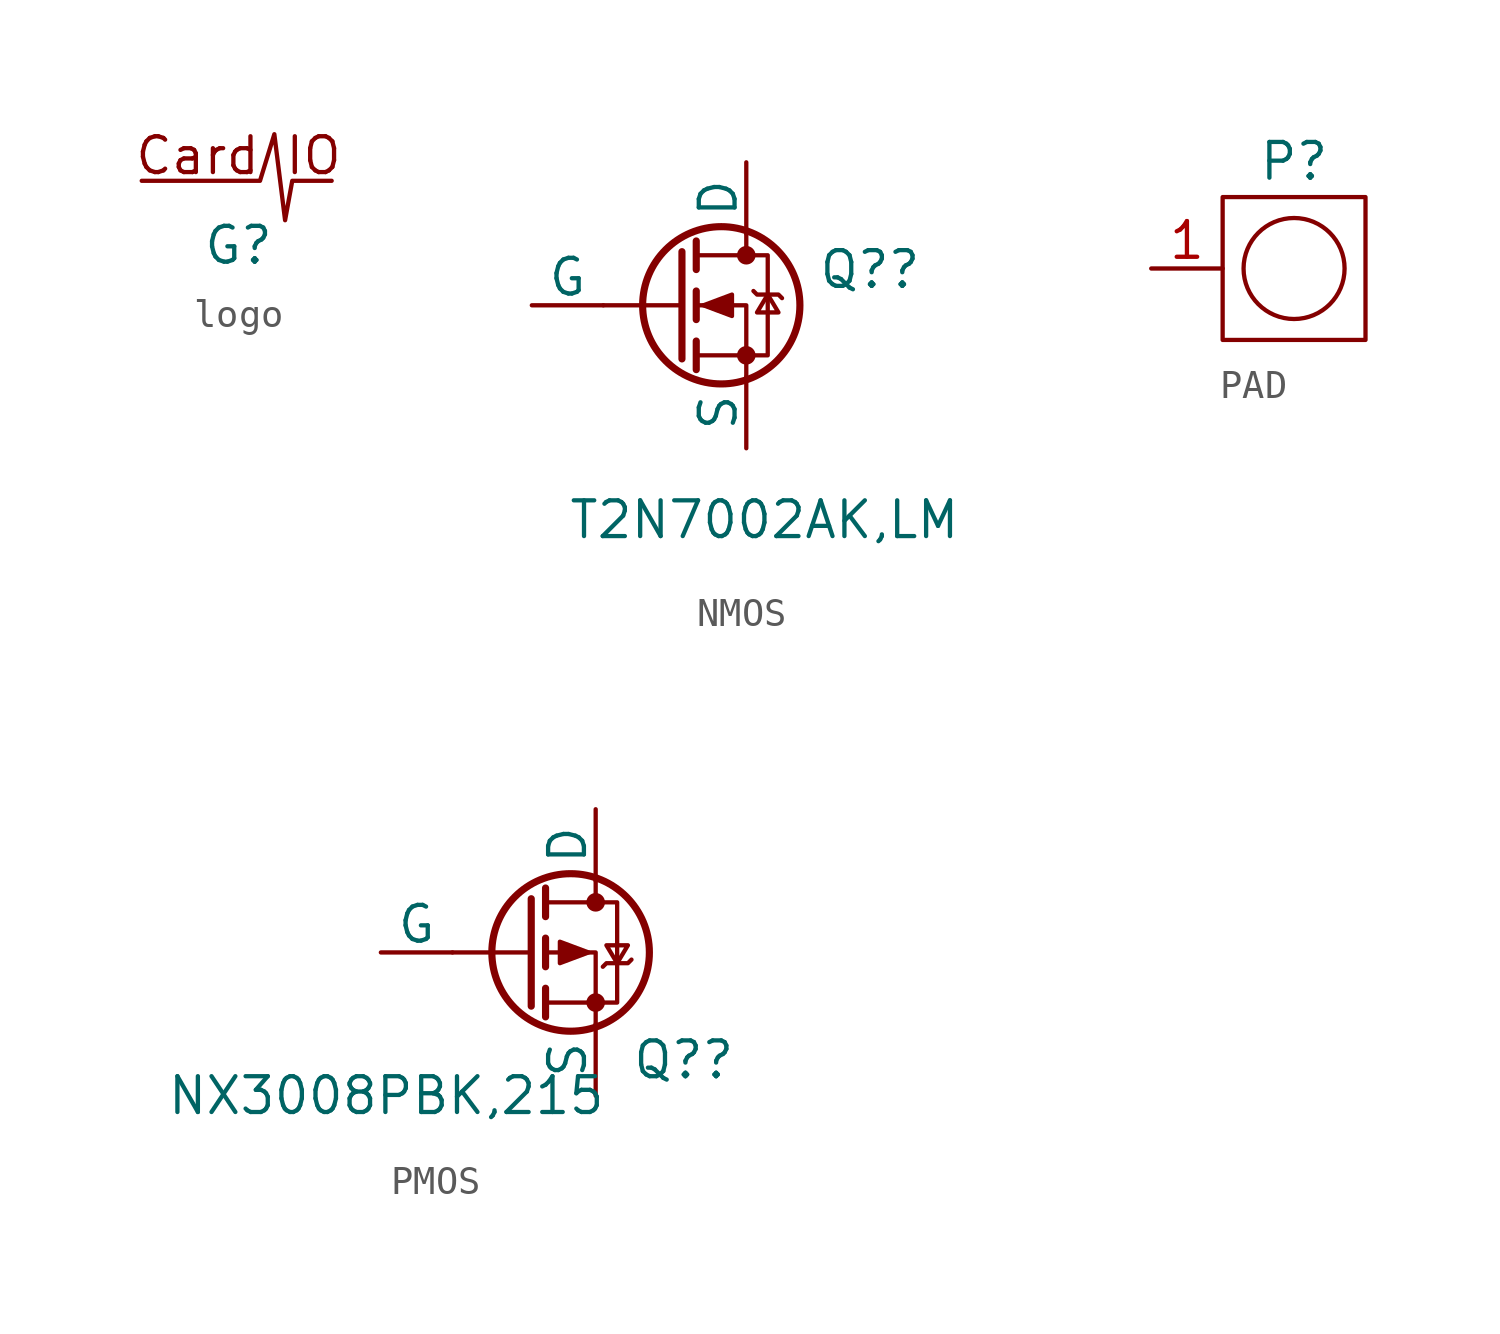
<source format=kicad_sym>
(kicad_symbol_lib
  (version 20220914)
  (generator kicad_symbol_editor)
  (symbol "logo"
    (property "Reference" "G"
      (at 0 -2.54 0)
      (effects (font (size 1.27 1.27))))
    (property "Value" ""
      (at 0 0 0)
      (effects (font (size 1.27 1.27))))
    (symbol "logo_1_1"
      (polyline (pts (xy -3.429 -0.254) (xy 0.762 -0.254) (xy 1.27 1.397) (xy 1.651 -1.651) (xy 1.905 -0.254) (xy 3.302 -0.254)) (stroke (width 0) (type default)) (fill (type none)))
      (text "Card IO" (at 0 0.635 0) (effects (font (size 1.27 1.27))))))
  (symbol "NMOS"
    (pin_numbers hide)
    (pin_names
      (offset 0))
    (property "Reference" "Q?"
      (at 5.08 1.27 0)
      (effects (font (size 1.27 1.27)) (justify left)))
    (property "Value" "T2N7002AK,LM"
      (at -3.81 -7.62 0)
      (effects (font (size 1.27 1.27)) (justify left)))
    (symbol "NMOS_0_1"
      (polyline (pts (xy 0.254 0) (xy -2.54 0)) (stroke (width 0) (type default)) (fill (type none)))
      (polyline (pts (xy 0.254 1.905) (xy 0.254 -1.905)) (stroke (width 0.254) (type default)) (fill (type none)))
      (polyline (pts (xy 0.762 -1.27) (xy 0.762 -2.286)) (stroke (width 0.254) (type default)) (fill (type none)))
      (polyline (pts (xy 0.762 0.508) (xy 0.762 -0.508)) (stroke (width 0.254) (type default)) (fill (type none)))
      (polyline (pts (xy 0.762 2.286) (xy 0.762 1.27)) (stroke (width 0.254) (type default)) (fill (type none)))
      (polyline (pts (xy 2.54 2.54) (xy 2.54 1.778)) (stroke (width 0) (type default)) (fill (type none)))
      (polyline (pts (xy 2.54 -2.54) (xy 2.54 0) (xy 0.762 0)) (stroke (width 0) (type default)) (fill (type none)))
      (polyline (pts (xy 0.762 -1.778) (xy 3.302 -1.778) (xy 3.302 1.778) (xy 0.762 1.778)) (stroke (width 0) (type default)) (fill (type none)))
      (polyline (pts (xy 1.016 0) (xy 2.032 0.381) (xy 2.032 -0.381) (xy 1.016 0)) (stroke (width 0) (type default)) (fill (type outline)))
      (polyline (pts (xy 2.794 0.508) (xy 2.921 0.381) (xy 3.683 0.381) (xy 3.81 0.254)) (stroke (width 0) (type default)) (fill (type none)))
      (polyline (pts (xy 3.302 0.381) (xy 2.921 -0.254) (xy 3.683 -0.254) (xy 3.302 0.381)) (stroke (width 0) (type default)) (fill (type none)))
      (circle (center 1.651 0) (radius 2.794) (stroke (width 0.254) (type default)) (fill (type none)))
      (circle (center 2.54 -1.778) (radius 0.254) (stroke (width 0) (type default)) (fill (type outline)))
      (circle (center 2.54 1.778) (radius 0.254) (stroke (width 0) (type default)) (fill (type outline))))
    (symbol "NMOS_1_1"
      (pin input line (at -5.08 0 0) (length 2.54) (name "G" (effects (font (size 1.27 1.27)))) (number "1" (effects (font (size 1.27 1.27)))))
      (pin passive line (at 2.54 -5.08 90) (length 2.54) (name "S" (effects (font (size 1.27 1.27)))) (number "2" (effects (font (size 1.27 1.27)))))
      (pin passive line (at 2.54 5.08 270) (length 2.54) (name "D" (effects (font (size 1.27 1.27)))) (number "3" (effects (font (size 1.27 1.27)))))))
  (symbol "PAD"
    (property "Reference" "P"
      (at 0 3.81 0)
      (do_not_autoplace)
      (effects (font (size 1.27 1.27))))
    (property "Value" ""
      (at -5.08 2.54 0)
      (effects (font (size 1.27 1.27))))
    (symbol "PAD_0_1"
      (rectangle (start -2.54 2.54) (end 2.54 -2.54) (stroke (width 0) (type default)) (fill (type none)))
      (circle (center 0 0) (radius 1.796) (stroke (width 0) (type default)) (fill (type none))))
    (symbol "PAD_1_1"
      (pin passive line (at -5.08 0 0) (length 2.54) (name "" (effects (font (size 1.27 1.27)))) (number "1" (effects (font (size 1.27 1.27)))))))
  (symbol "PMOS"
    (pin_numbers hide)
    (pin_names
      (offset 0))
    (property "Reference" "Q?"
      (at 3.81 -3.81 0)
      (effects (font (size 1.27 1.27)) (justify left)))
    (property "Value" "NX3008PBK,215"
      (at -12.7 -5.08 0)
      (effects (font (size 1.27 1.27)) (justify left)))
    (symbol "PMOS_0_1"
      (polyline (pts (xy 0.254 0) (xy -2.54 0)) (stroke (width 0) (type default)) (fill (type none)))
      (polyline (pts (xy 0.254 1.905) (xy 0.254 -1.905)) (stroke (width 0.254) (type default)) (fill (type none)))
      (polyline (pts (xy 0.762 -1.27) (xy 0.762 -2.286)) (stroke (width 0.254) (type default)) (fill (type none)))
      (polyline (pts (xy 0.762 0.508) (xy 0.762 -0.508)) (stroke (width 0.254) (type default)) (fill (type none)))
      (polyline (pts (xy 0.762 2.286) (xy 0.762 1.27)) (stroke (width 0.254) (type default)) (fill (type none)))
      (polyline (pts (xy 2.54 2.54) (xy 2.54 1.778)) (stroke (width 0) (type default)) (fill (type none)))
      (polyline (pts (xy 2.54 -2.54) (xy 2.54 0) (xy 0.762 0)) (stroke (width 0) (type default)) (fill (type none)))
      (polyline (pts (xy 0.762 1.778) (xy 3.302 1.778) (xy 3.302 -1.778) (xy 0.762 -1.778)) (stroke (width 0) (type default)) (fill (type none)))
      (polyline (pts (xy 2.286 0) (xy 1.27 0.381) (xy 1.27 -0.381) (xy 2.286 0)) (stroke (width 0) (type default)) (fill (type outline)))
      (polyline (pts (xy 2.794 -0.508) (xy 2.921 -0.381) (xy 3.683 -0.381) (xy 3.81 -0.254)) (stroke (width 0) (type default)) (fill (type none)))
      (polyline (pts (xy 3.302 -0.381) (xy 2.921 0.254) (xy 3.683 0.254) (xy 3.302 -0.381)) (stroke (width 0) (type default)) (fill (type none)))
      (circle (center 1.651 0) (radius 2.794) (stroke (width 0.254) (type default)) (fill (type none)))
      (circle (center 2.54 -1.778) (radius 0.254) (stroke (width 0) (type default)) (fill (type outline)))
      (circle (center 2.54 1.778) (radius 0.254) (stroke (width 0) (type default)) (fill (type outline))))
    (symbol "PMOS_1_1"
      (pin input line (at -5.08 0 0) (length 2.54) (name "G" (effects (font (size 1.27 1.27)))) (number "1" (effects (font (size 1.27 1.27)))))
      (pin passive line (at 2.54 -5.08 90) (length 2.54) (name "S" (effects (font (size 1.27 1.27)))) (number "2" (effects (font (size 1.27 1.27)))))
      (pin passive line (at 2.54 5.08 270) (length 2.54) (name "D" (effects (font (size 1.27 1.27)))) (number "3" (effects (font (size 1.27 1.27))))))))
</source>
